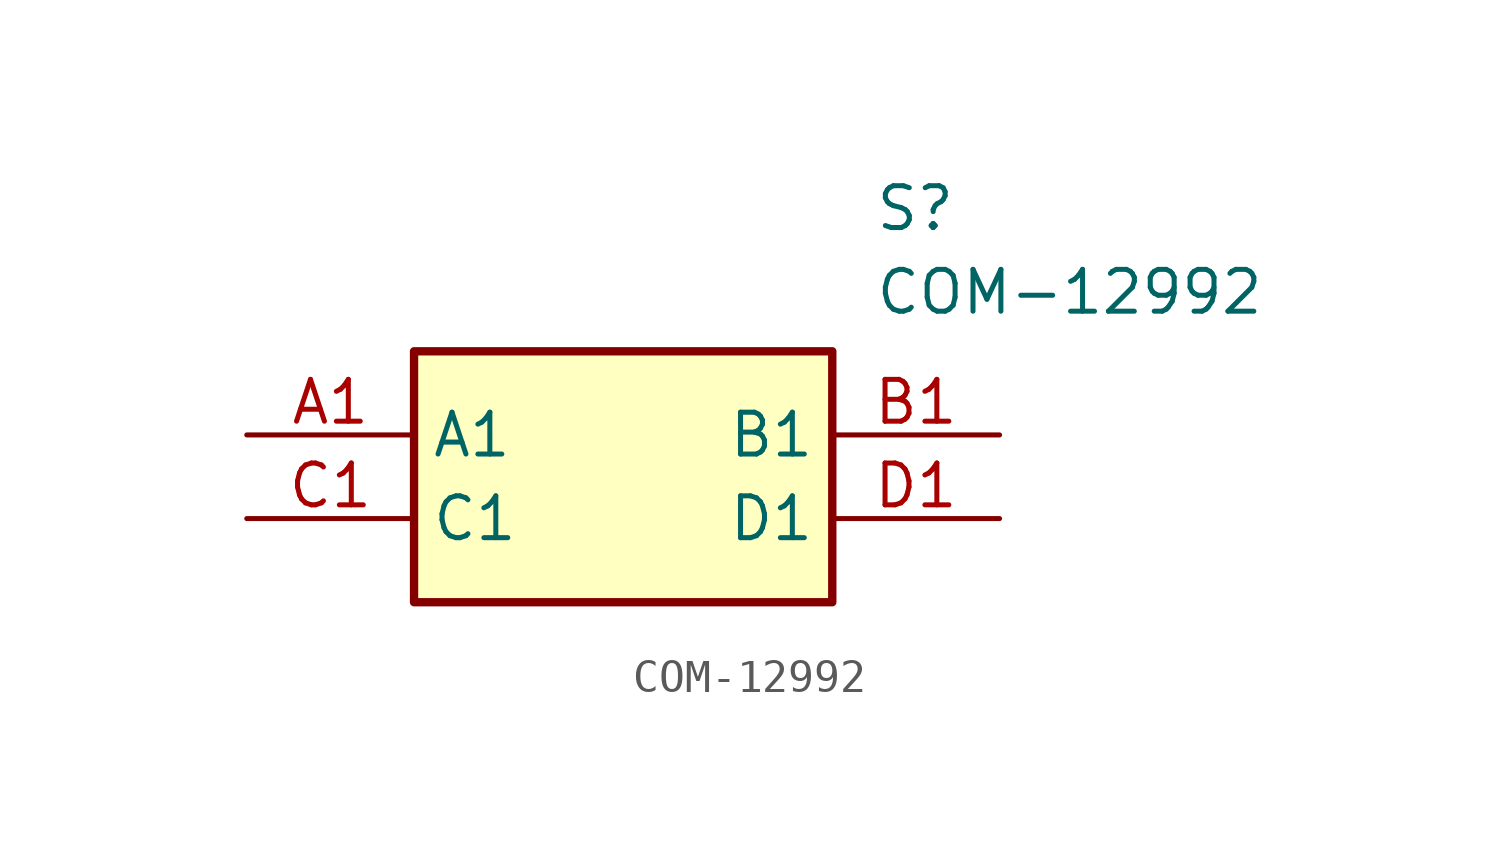
<source format=kicad_sym>
(kicad_symbol_lib
  (version 20211014)
  (generator SamacSys_ECAD_Model)
  (symbol "COM-12992"
    (property "Reference" "S"
      (at 19.05 7.62 0)
      (effects (font (size 1.27 1.27)) (justify left top)))
    (property "Value" "COM-12992"
      (at 19.05 5.08 0)
      (effects (font (size 1.27 1.27)) (justify left top)))
    (rectangle
      (start 5.08 2.54)
      (end 17.78 -5.08)
      (stroke (width 0.254) (type default))
      (fill (type background)))
    (pin passive line
      (at 0 0 0)
      (length 5.08)
      (name "A1" (effects (font (size 1.27 1.27))))
      (number "A1" (effects (font (size 1.27 1.27)))))
    (pin passive line
      (at 22.86 0 180)
      (length 5.08)
      (name "B1" (effects (font (size 1.27 1.27))))
      (number "B1" (effects (font (size 1.27 1.27)))))
    (pin passive line
      (at 0 -2.54 0)
      (length 5.08)
      (name "C1" (effects (font (size 1.27 1.27))))
      (number "C1" (effects (font (size 1.27 1.27)))))
    (pin passive line
      (at 22.86 -2.54 180)
      (length 5.08)
      (name "D1" (effects (font (size 1.27 1.27))))
      (number "D1" (effects (font (size 1.27 1.27)))))))
</source>
